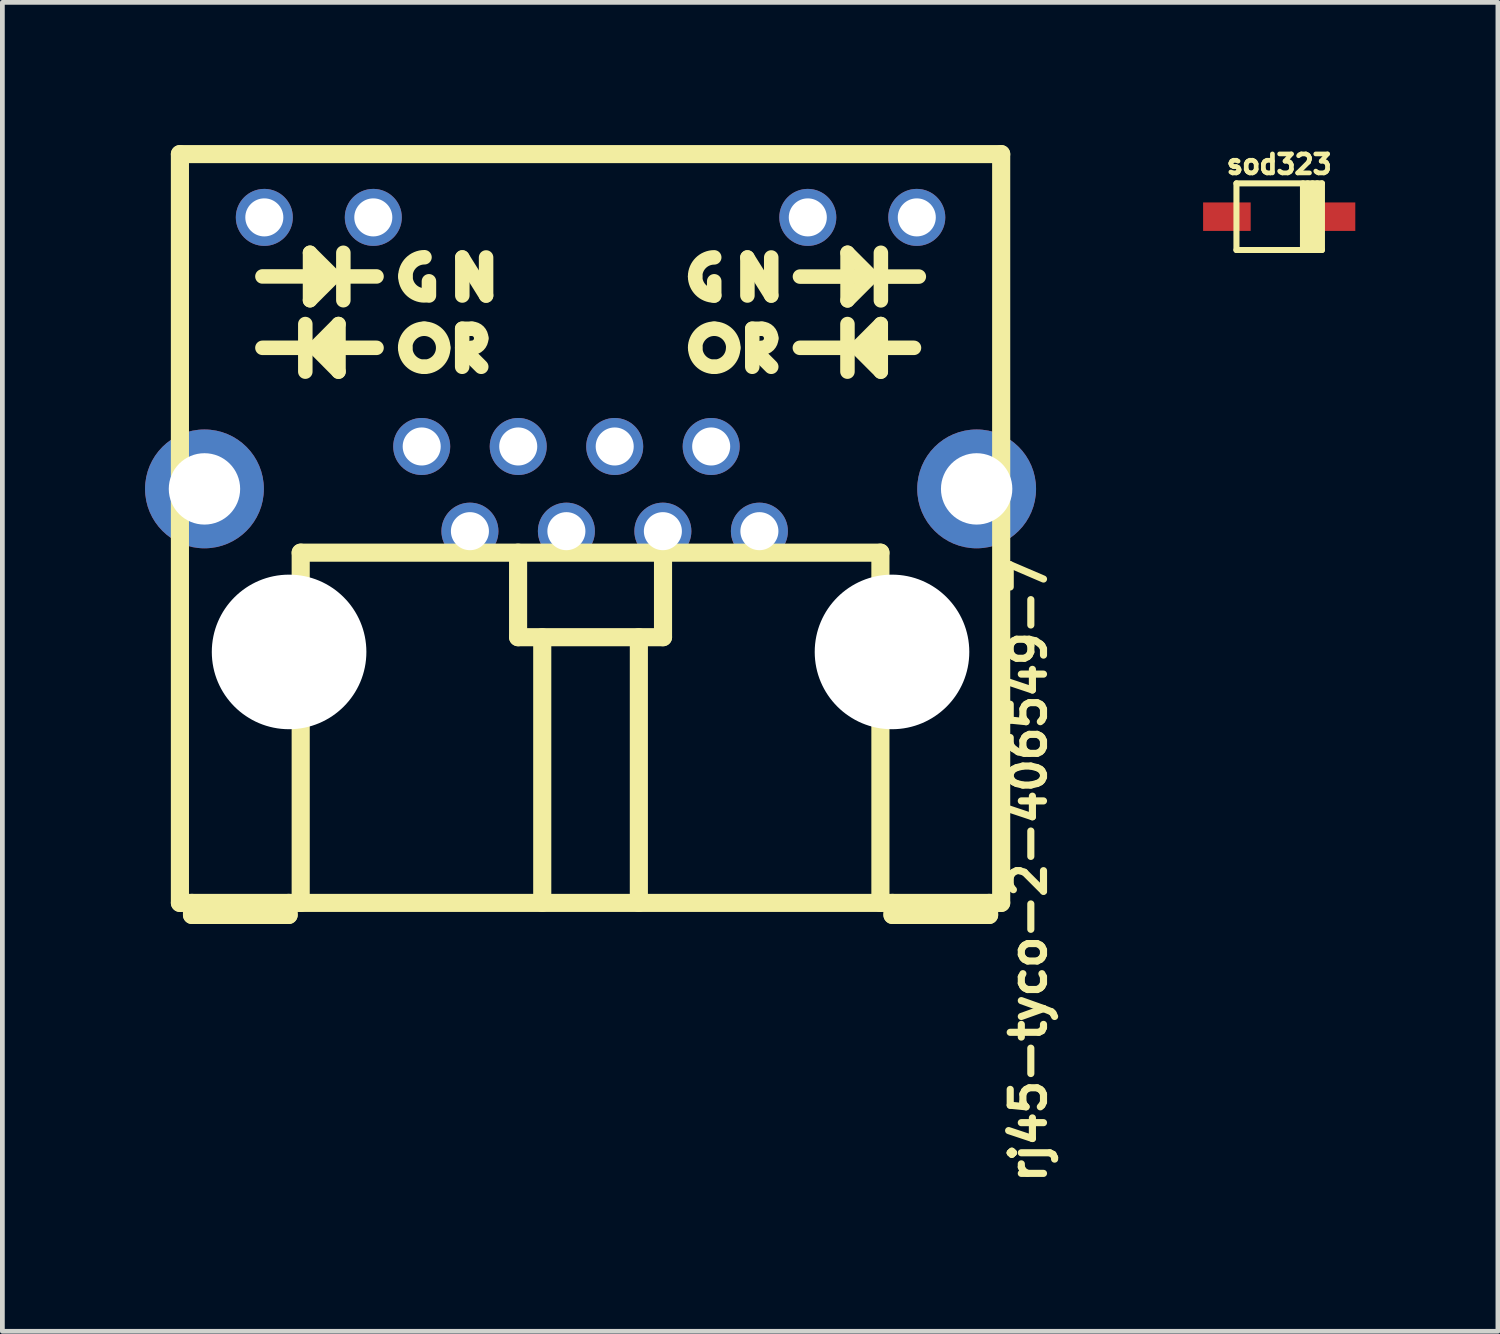
<source format=kicad_pcb>
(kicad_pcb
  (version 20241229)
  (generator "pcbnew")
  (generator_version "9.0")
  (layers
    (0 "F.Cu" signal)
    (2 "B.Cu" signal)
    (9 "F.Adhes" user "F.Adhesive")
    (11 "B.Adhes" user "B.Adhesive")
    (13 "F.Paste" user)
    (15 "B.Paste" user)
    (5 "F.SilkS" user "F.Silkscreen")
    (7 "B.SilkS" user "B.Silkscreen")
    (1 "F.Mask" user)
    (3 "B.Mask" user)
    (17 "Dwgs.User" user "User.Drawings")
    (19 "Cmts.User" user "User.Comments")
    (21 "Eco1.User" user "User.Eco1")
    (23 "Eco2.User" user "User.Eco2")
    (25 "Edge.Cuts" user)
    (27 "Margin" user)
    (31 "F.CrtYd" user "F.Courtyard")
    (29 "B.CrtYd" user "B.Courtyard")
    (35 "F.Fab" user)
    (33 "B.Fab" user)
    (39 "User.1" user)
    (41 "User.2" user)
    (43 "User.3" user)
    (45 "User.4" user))
  (footprint "rj45-tyco-2-406549-7"
    (layer "F.Cu")
    (at 9.37 8.065)
    (property "Reference" "rj45-tyco-2-406549-7" (at 9.21 7.196 270) (layer "F.SilkS") (effects (font (size 0.7 0.7) (thickness 0.15))))
    (attr through_hole)
    (fp_line (start -8.636 -7.874) (end 8.636 -7.874) (stroke (width 0.381) (type solid)) (layer "F.SilkS"))
    (fp_line (start -8.636 7.874) (end -8.636 -7.874) (stroke (width 0.381) (type solid)) (layer "F.SilkS"))
    (fp_line (start -8.382 7.874) (end -8.382 8.128) (stroke (width 0.381) (type solid)) (layer "F.SilkS"))
    (fp_line (start -8.382 8.128) (end -6.35 8.128) (stroke (width 0.381) (type solid)) (layer "F.SilkS"))
    (fp_line (start -6.901 -5.301) (end -4.501 -5.301) (stroke (width 0.305) (type solid)) (layer "F.SilkS"))
    (fp_line (start -6.901 -3.8) (end -4.501 -3.8) (stroke (width 0.305) (type solid)) (layer "F.SilkS"))
    (fp_line (start -6.35 8.128) (end -6.35 7.874) (stroke (width 0.381) (type solid)) (layer "F.SilkS"))
    (fp_line (start -6.096 0.508) (end 6.096 0.508) (stroke (width 0.381) (type solid)) (layer "F.SilkS"))
    (fp_line (start -6.096 7.874) (end -6.096 0.508) (stroke (width 0.381) (type solid)) (layer "F.SilkS"))
    (fp_line (start -5.999 -4.3) (end -5.999 -3.299) (stroke (width 0.305) (type solid)) (layer "F.SilkS"))
    (fp_line (start -5.9 -5.799) (end -5.9 -4.801) (stroke (width 0.305) (type solid)) (layer "F.SilkS"))
    (fp_line (start -5.9 -4.801) (end -5.4 -5.301) (stroke (width 0.305) (type solid)) (layer "F.SilkS"))
    (fp_line (start -5.799 -3.8) (end -5.301 -3.299) (stroke (width 0.305) (type solid)) (layer "F.SilkS"))
    (fp_line (start -5.4 -5.301) (end -5.9 -5.799) (stroke (width 0.305) (type solid)) (layer "F.SilkS"))
    (fp_line (start -5.301 -4.3) (end -5.799 -3.8) (stroke (width 0.305) (type solid)) (layer "F.SilkS"))
    (fp_line (start -5.301 -3.299) (end -5.301 -4.3) (stroke (width 0.305) (type solid)) (layer "F.SilkS"))
    (fp_line (start -5.199 -5.799) (end -5.199 -4.801) (stroke (width 0.305) (type solid)) (layer "F.SilkS"))
    (fp_line (start -3.399 -5.199) (end -3.399 -4.9) (stroke (width 0.305) (type solid)) (layer "F.SilkS"))
    (fp_line (start -2.7 -3.8) (end -2.299 -3.401) (stroke (width 0.305) (type solid)) (layer "F.SilkS"))
    (fp_line (start -2.7 -3.401) (end -2.7 -4.201) (stroke (width 0.305) (type solid)) (layer "F.SilkS"))
    (fp_line (start -2.697 -5.7) (end -2.197 -4.9) (stroke (width 0.305) (type solid)) (layer "F.SilkS"))
    (fp_line (start -2.697 -4.9) (end -2.697 -5.7) (stroke (width 0.305) (type solid)) (layer "F.SilkS"))
    (fp_line (start -2.499 -4.201) (end -2.7 -4.201) (stroke (width 0.305) (type solid)) (layer "F.SilkS"))
    (fp_line (start -2.197 -4.9) (end -2.197 -5.7) (stroke (width 0.305) (type solid)) (layer "F.SilkS"))
    (fp_line (start -1.524 2.286) (end -1.524 0.508) (stroke (width 0.381) (type solid)) (layer "F.SilkS"))
    (fp_line (start -1.016 7.874) (end -1.016 2.286) (stroke (width 0.381) (type solid)) (layer "F.SilkS"))
    (fp_line (start 1.016 2.286) (end 1.016 7.874) (stroke (width 0.381) (type solid)) (layer "F.SilkS"))
    (fp_line (start 1.524 0.508) (end 1.524 2.286) (stroke (width 0.381) (type solid)) (layer "F.SilkS"))
    (fp_line (start 1.524 2.286) (end -1.524 2.286) (stroke (width 0.381) (type solid)) (layer "F.SilkS"))
    (fp_line (start 2.601 -4.9) (end 2.601 -5.199) (stroke (width 0.305) (type solid)) (layer "F.SilkS"))
    (fp_line (start 3.299 -5.7) (end 3.8 -4.9) (stroke (width 0.305) (type solid)) (layer "F.SilkS"))
    (fp_line (start 3.299 -4.9) (end 3.299 -5.7) (stroke (width 0.305) (type solid)) (layer "F.SilkS"))
    (fp_line (start 3.401 -3.401) (end 3.401 -4.201) (stroke (width 0.305) (type solid)) (layer "F.SilkS"))
    (fp_line (start 3.599 -4.201) (end 3.401 -4.201) (stroke (width 0.305) (type solid)) (layer "F.SilkS"))
    (fp_line (start 3.8 -4.9) (end 3.8 -5.7) (stroke (width 0.305) (type solid)) (layer "F.SilkS"))
    (fp_line (start 3.8 -3.401) (end 3.401 -3.8) (stroke (width 0.305) (type solid)) (layer "F.SilkS"))
    (fp_line (start 4.402 -3.8) (end 6.802 -3.8) (stroke (width 0.305) (type solid)) (layer "F.SilkS"))
    (fp_line (start 4.404 -5.298) (end 6.904 -5.298) (stroke (width 0.305) (type solid)) (layer "F.SilkS"))
    (fp_line (start 5.403 -4.3) (end 5.403 -3.299) (stroke (width 0.305) (type solid)) (layer "F.SilkS"))
    (fp_line (start 5.405 -5.799) (end 5.905 -5.298) (stroke (width 0.305) (type solid)) (layer "F.SilkS"))
    (fp_line (start 5.405 -4.798) (end 5.405 -5.799) (stroke (width 0.305) (type solid)) (layer "F.SilkS"))
    (fp_line (start 5.603 -3.8) (end 6.104 -4.3) (stroke (width 0.305) (type solid)) (layer "F.SilkS"))
    (fp_line (start 5.905 -5.298) (end 5.405 -4.798) (stroke (width 0.305) (type solid)) (layer "F.SilkS"))
    (fp_line (start 6.096 0.508) (end 6.096 7.874) (stroke (width 0.381) (type solid)) (layer "F.SilkS"))
    (fp_line (start 6.104 -4.3) (end 6.104 -3.299) (stroke (width 0.305) (type solid)) (layer "F.SilkS"))
    (fp_line (start 6.104 -3.299) (end 5.603 -3.8) (stroke (width 0.305) (type solid)) (layer "F.SilkS"))
    (fp_line (start 6.106 -5.799) (end 6.106 -4.798) (stroke (width 0.305) (type solid)) (layer "F.SilkS"))
    (fp_line (start 6.35 7.874) (end 6.35 8.128) (stroke (width 0.381) (type solid)) (layer "F.SilkS"))
    (fp_line (start 6.35 8.128) (end 8.382 8.128) (stroke (width 0.381) (type solid)) (layer "F.SilkS"))
    (fp_line (start 8.382 8.128) (end 8.382 7.874) (stroke (width 0.381) (type solid)) (layer "F.SilkS"))
    (fp_line (start 8.636 -7.874) (end 8.636 7.874) (stroke (width 0.381) (type solid)) (layer "F.SilkS"))
    (fp_line (start 8.636 7.874) (end -8.636 7.874) (stroke (width 0.381) (type solid)) (layer "F.SilkS"))
    (fp_arc (start -3.8989 -3.79984) (mid -3.781356 -4.083616) (end -3.49758 -4.20116) (stroke (width 0.3048) (type solid)) (layer "F.SilkS"))
    (fp_arc (start -3.89382 -5.30352) (mid -3.776276 -5.587296) (end -3.4925 -5.70484) (stroke (width 0.3048) (type solid)) (layer "F.SilkS"))
    (fp_arc (start -3.50012 -4.20116) (mid -3.216344 -4.083616) (end -3.0988 -3.79984) (stroke (width 0.3048) (type solid)) (layer "F.SilkS"))
    (fp_arc (start -3.49758 -3.40106) (mid -3.77956 -3.51786) (end -3.89636 -3.79984) (stroke (width 0.3048) (type solid)) (layer "F.SilkS"))
    (fp_arc (start -3.4925 -4.9022) (mid -3.776276 -5.019744) (end -3.89382 -5.30352) (stroke (width 0.3048) (type solid)) (layer "F.SilkS"))
    (fp_arc (start -3.0988 -3.79984) (mid -3.2156 -3.51786) (end -3.49758 -3.40106) (stroke (width 0.3048) (type solid)) (layer "F.SilkS"))
    (fp_arc (start -2.49936 -4.20116) (mid -2.357472 -4.142388) (end -2.2987 -4.0005) (stroke (width 0.3048) (type solid)) (layer "F.SilkS"))
    (fp_arc (start -2.2987 -4.0005) (mid -2.357472 -3.858612) (end -2.49936 -3.79984) (stroke (width 0.3048) (type solid)) (layer "F.SilkS"))
    (fp_arc (start 2.19964 -5.30098) (mid 2.317184 -5.584756) (end 2.60096 -5.7023) (stroke (width 0.3048) (type solid)) (layer "F.SilkS"))
    (fp_arc (start 2.19964 -3.79984) (mid 2.317184 -4.083616) (end 2.60096 -4.20116) (stroke (width 0.3048) (type solid)) (layer "F.SilkS"))
    (fp_arc (start 2.60096 -4.89966) (mid 2.317184 -5.017204) (end 2.19964 -5.30098) (stroke (width 0.3048) (type solid)) (layer "F.SilkS"))
    (fp_arc (start 2.60096 -4.20116) (mid 2.884736 -4.083616) (end 3.00228 -3.79984) (stroke (width 0.3048) (type solid)) (layer "F.SilkS"))
    (fp_arc (start 2.60096 -3.40106) (mid 2.31898 -3.51786) (end 2.20218 -3.79984) (stroke (width 0.3048) (type solid)) (layer "F.SilkS"))
    (fp_arc (start 2.99974 -3.79984) (mid 2.88294 -3.51786) (end 2.60096 -3.40106) (stroke (width 0.3048) (type solid)) (layer "F.SilkS"))
    (fp_arc (start 3.59918 -4.20116) (mid 3.741068 -4.142388) (end 3.79984 -4.0005) (stroke (width 0.3048) (type solid)) (layer "F.SilkS"))
    (fp_arc (start 3.79984 -4.0005) (mid 3.741068 -3.858612) (end 3.59918 -3.79984) (stroke (width 0.3048) (type solid)) (layer "F.SilkS"))
    (pad "" thru_hole circle (at -8.12 -0.833) (size 2.499 2.499) (drill 1.501) (layers "*.Cu" "*.Mask"))
    (pad "" np_thru_hole circle (at -6.34 2.596) (size 3.251 3.251) (drill 3.251) (layers "*.Cu"))
    (pad "" np_thru_hole circle (at 6.34 2.596) (size 3.251 3.251) (drill 3.251) (layers "*.Cu"))
    (pad "" thru_hole circle (at 8.12 -0.833) (size 2.499 2.499) (drill 1.501) (layers "*.Cu" "*.Mask"))
    (pad "1" thru_hole circle (at 3.551 0.056) (size 1.199 1.199) (drill 0.8) (layers "*.Cu" "*.Mask"))
    (pad "2" thru_hole circle (at 2.537 -1.725) (size 1.199 1.199) (drill 0.8) (layers "*.Cu" "*.Mask"))
    (pad "3" thru_hole circle (at 1.521 0.056) (size 1.199 1.199) (drill 0.8) (layers "*.Cu" "*.Mask"))
    (pad "4" thru_hole circle (at 0.508 -1.725) (size 1.199 1.199) (drill 0.8) (layers "*.Cu" "*.Mask"))
    (pad "5" thru_hole circle (at -0.508 0.056) (size 1.199 1.199) (drill 0.8) (layers "*.Cu" "*.Mask"))
    (pad "6" thru_hole circle (at -1.521 -1.725) (size 1.199 1.199) (drill 0.8) (layers "*.Cu" "*.Mask"))
    (pad "7" thru_hole circle (at -2.537 0.056) (size 1.199 1.199) (drill 0.8) (layers "*.Cu" "*.Mask"))
    (pad "8" thru_hole circle (at -3.551 -1.725) (size 1.199 1.199) (drill 0.8) (layers "*.Cu" "*.Mask"))
    (pad "9" thru_hole circle (at 6.861 -6.543) (size 1.199 1.199) (drill 0.8) (layers "*.Cu" "*.Mask"))
    (pad "10" thru_hole circle (at 4.569 -6.543) (size 1.199 1.199) (drill 0.8) (layers "*.Cu" "*.Mask"))
    (pad "11" thru_hole circle (at -4.569 -6.543) (size 1.199 1.199) (drill 0.8) (layers "*.Cu" "*.Mask"))
    (pad "12" thru_hole circle (at -6.861 -6.543) (size 1.199 1.199) (drill 0.8) (layers "*.Cu" "*.Mask")))
  (footprint "sod323"
    (layer "F.Cu")
    (at 23.853 1.507)
    (property "Reference" "sod323" (at 0 -1.1 0) (layer "F.SilkS") (effects (font (size 0.399 0.399) (thickness 0.099))))
    (attr smd)
    (fp_line (start -0.899 -0.701) (end -0.899 0.701) (stroke (width 0.127) (type solid)) (layer "F.SilkS"))
    (fp_line (start -0.899 0.701) (end 0.899 0.701) (stroke (width 0.127) (type solid)) (layer "F.SilkS"))
    (fp_line (start 0.5 -0.701) (end 0.5 0.701) (stroke (width 0.127) (type solid)) (layer "F.SilkS"))
    (fp_line (start 0.599 -0.701) (end 0.599 0.701) (stroke (width 0.127) (type solid)) (layer "F.SilkS"))
    (fp_line (start 0.701 0.701) (end 0.701 -0.701) (stroke (width 0.127) (type solid)) (layer "F.SilkS"))
    (fp_line (start 0.8 -0.701) (end 0.8 0.701) (stroke (width 0.127) (type solid)) (layer "F.SilkS"))
    (fp_line (start 0.899 -0.701) (end -0.899 -0.701) (stroke (width 0.127) (type solid)) (layer "F.SilkS"))
    (fp_line (start 0.899 0.701) (end 0.899 -0.701) (stroke (width 0.127) (type solid)) (layer "F.SilkS"))
    (pad "1" smd rect (at -1.1 0) (size 1.001 0.599) (layers "F.Cu" "F.Mask" "F.Paste"))
    (pad "2" smd rect (at 1.1 0) (size 1.001 0.599) (layers "F.Cu" "F.Mask" "F.Paste")))
  (gr_rect
    (start -3 -3)
    (end 28.453 24.949)
    (stroke (width 0.1) (type default))
    (fill no)
    (layer "Edge.Cuts")))
</source>
